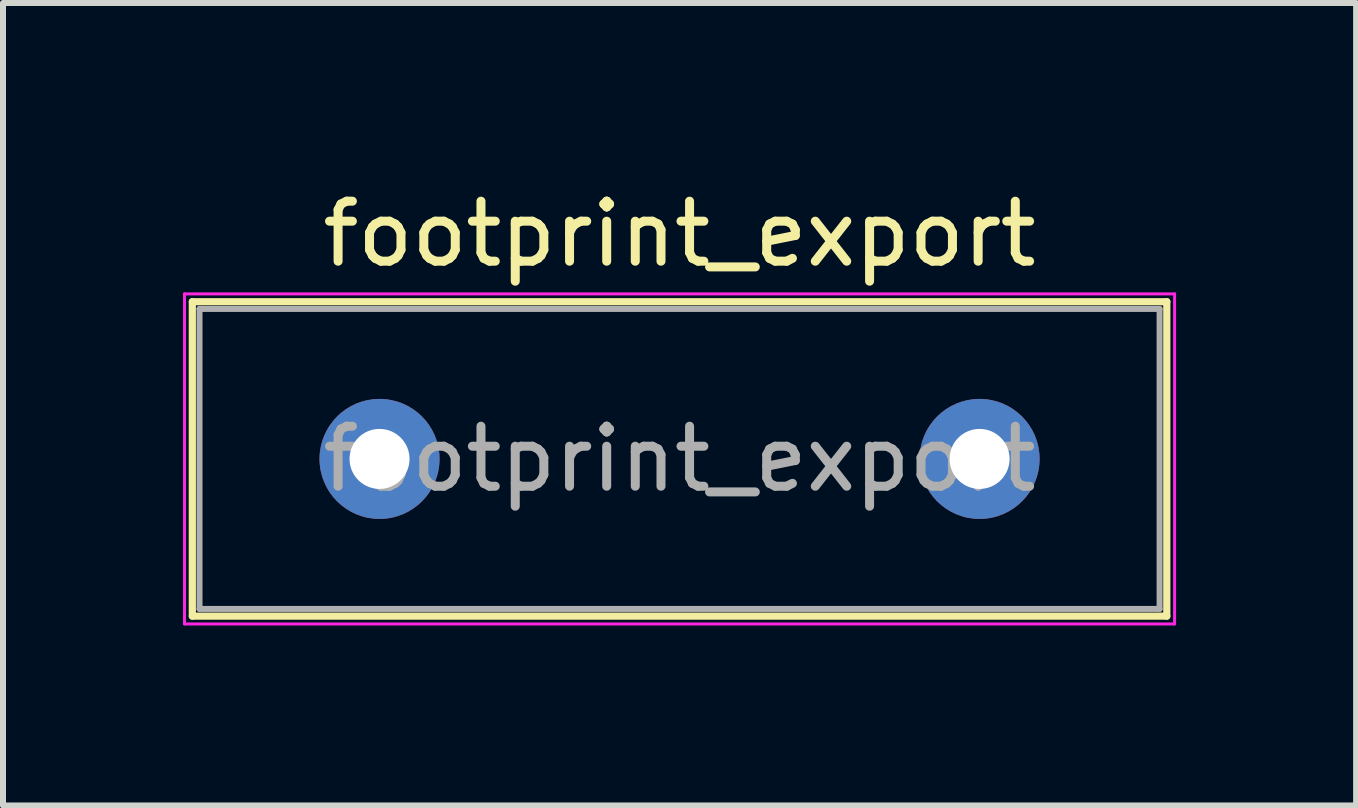
<source format=kicad_pcb>
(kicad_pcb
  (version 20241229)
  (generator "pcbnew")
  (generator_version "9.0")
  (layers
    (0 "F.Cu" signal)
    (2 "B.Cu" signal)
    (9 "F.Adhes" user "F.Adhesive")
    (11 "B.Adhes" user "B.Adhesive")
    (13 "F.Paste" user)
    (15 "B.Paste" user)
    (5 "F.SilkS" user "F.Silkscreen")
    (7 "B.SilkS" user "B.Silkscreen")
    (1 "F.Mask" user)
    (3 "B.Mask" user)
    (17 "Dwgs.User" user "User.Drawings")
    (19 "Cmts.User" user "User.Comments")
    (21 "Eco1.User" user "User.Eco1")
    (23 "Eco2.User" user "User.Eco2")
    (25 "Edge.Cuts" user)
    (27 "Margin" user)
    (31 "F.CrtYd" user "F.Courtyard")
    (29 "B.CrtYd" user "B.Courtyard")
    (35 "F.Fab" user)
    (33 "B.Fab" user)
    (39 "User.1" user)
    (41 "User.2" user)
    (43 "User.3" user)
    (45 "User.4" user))
  (footprint "footprint_export"
    (layer "F.Cu")
    (at 3.275 4.598)
    (property "Reference" "footprint_export" (at 5 -3.75 0) (layer "F.SilkS") (effects (font (size 1 1) (thickness 0.15))))
    (attr through_hole)
    (fp_line (start -3.12 -2.62) (end -3.12 2.62) (stroke (width 0.12) (type solid)) (layer "F.SilkS"))
    (fp_line (start -3.12 -2.62) (end 13.12 -2.62) (stroke (width 0.12) (type solid)) (layer "F.SilkS"))
    (fp_line (start -3.12 2.62) (end 13.12 2.62) (stroke (width 0.12) (type solid)) (layer "F.SilkS"))
    (fp_line (start 13.12 -2.62) (end 13.12 2.62) (stroke (width 0.12) (type solid)) (layer "F.SilkS"))
    (fp_line (start -3.25 -2.75) (end -3.25 2.75) (stroke (width 0.05) (type solid)) (layer "F.CrtYd"))
    (fp_line (start -3.25 2.75) (end 13.25 2.75) (stroke (width 0.05) (type solid)) (layer "F.CrtYd"))
    (fp_line (start 13.25 -2.75) (end -3.25 -2.75) (stroke (width 0.05) (type solid)) (layer "F.CrtYd"))
    (fp_line (start 13.25 2.75) (end 13.25 -2.75) (stroke (width 0.05) (type solid)) (layer "F.CrtYd"))
    (fp_line (start -3 -2.5) (end -3 2.5) (stroke (width 0.1) (type solid)) (layer "F.Fab"))
    (fp_line (start -3 2.5) (end 13 2.5) (stroke (width 0.1) (type solid)) (layer "F.Fab"))
    (fp_line (start 13 -2.5) (end -3 -2.5) (stroke (width 0.1) (type solid)) (layer "F.Fab"))
    (fp_line (start 13 2.5) (end 13 -2.5) (stroke (width 0.1) (type solid)) (layer "F.Fab"))
    (fp_text user "${REFERENCE}" (at 5 0 0) (layer "F.Fab") (effects (font (size 1 1) (thickness 0.15))))
    (pad "1" thru_hole circle (at 0 0) (size 2 2) (drill 1) (layers "*.Cu" "*.Mask"))
    (pad "2" thru_hole circle (at 10 0) (size 2 2) (drill 1) (layers "*.Cu" "*.Mask")))
  (gr_rect
    (start -3 -3)
    (end 19.55 10.373)
    (stroke (width 0.1) (type default))
    (fill no)
    (layer "Edge.Cuts")))
</source>
